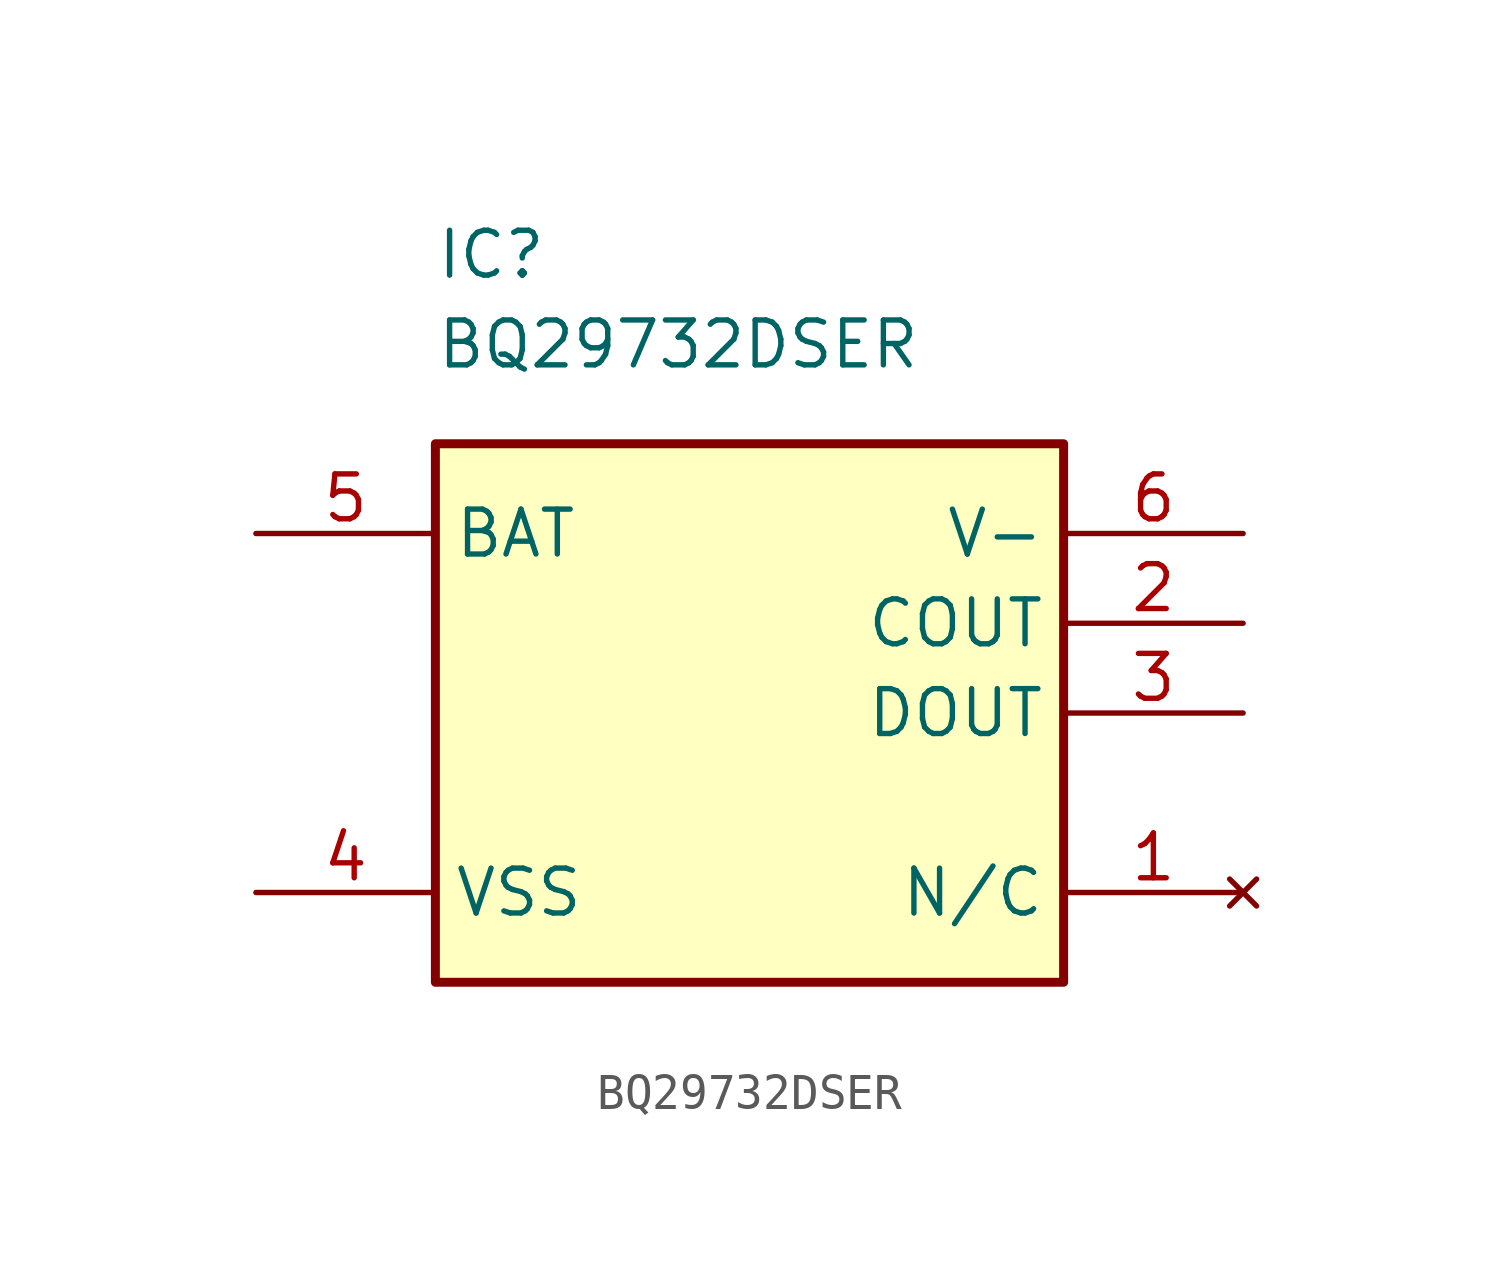
<source format=kicad_sym>
(kicad_symbol_lib
  (version 20241209)
  (generator "kicad_symbol_editor")
  (generator_version "9.0")
  (symbol "BQ29732DSER"
    (property "Reference" "IC"
      (at -8.89 14.986 0)
      (effects (font (size 1.27 1.27)) (justify left top)))
    (property "Value" "BQ29732DSER"
      (at -8.89 12.446 0)
      (effects (font (size 1.27 1.27)) (justify left top)))
    (symbol "BQ29732DSER_1_1"
      (rectangle (start -8.89 8.89) (end 8.89 -6.35) (stroke (width 0.254) (type default)) (fill (type background)))
      (pin power_in line (at -13.97 6.35 0) (length 5.08) (name "BAT" (effects (font (size 1.27 1.27)))) (number "5" (effects (font (size 1.27 1.27)))))
      (pin power_in line (at -13.97 -3.81 0) (length 5.08) (name "VSS" (effects (font (size 1.27 1.27)))) (number "4" (effects (font (size 1.27 1.27)))))
      (pin bidirectional line (at 13.97 6.35 180) (length 5.08) (name "V-" (effects (font (size 1.27 1.27)))) (number "6" (effects (font (size 1.27 1.27)))))
      (pin output line (at 13.97 3.81 180) (length 5.08) (name "COUT" (effects (font (size 1.27 1.27)))) (number "2" (effects (font (size 1.27 1.27)))))
      (pin output line (at 13.97 1.27 180) (length 5.08) (name "DOUT" (effects (font (size 1.27 1.27)))) (number "3" (effects (font (size 1.27 1.27)))))
      (pin no_connect line (at 13.97 -3.81 180) (length 5.08) (name "N/C" (effects (font (size 1.27 1.27)))) (number "1" (effects (font (size 1.27 1.27))))))))
</source>
